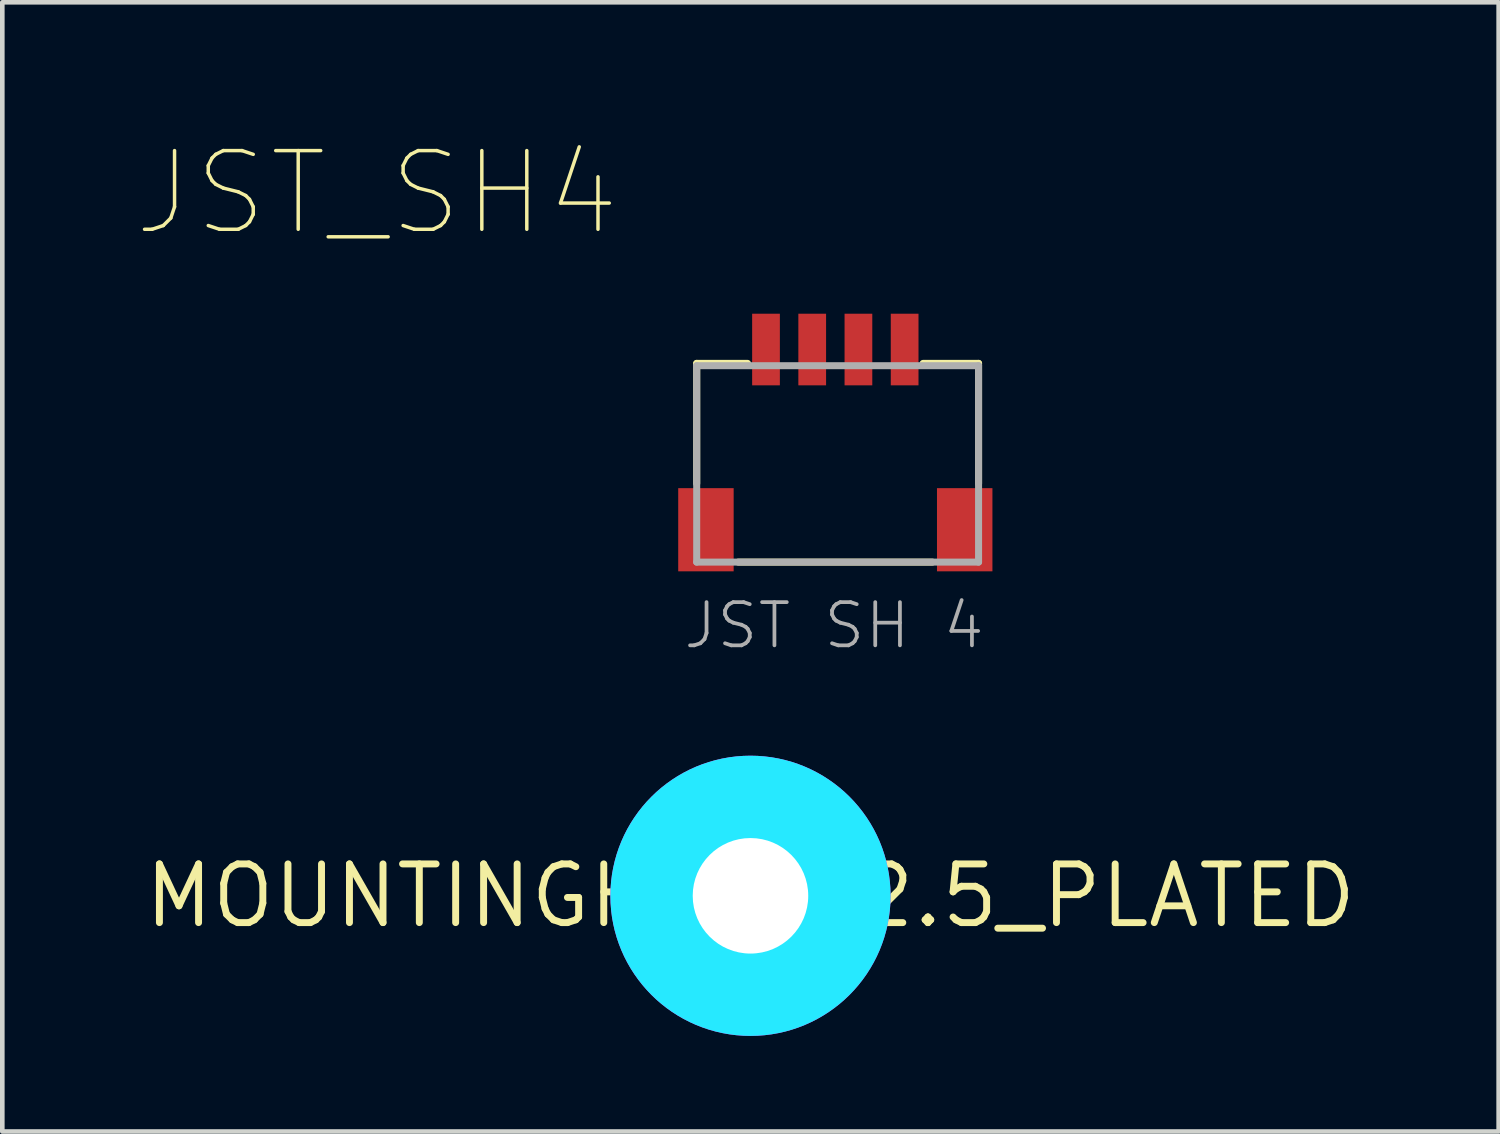
<source format=kicad_pcb>
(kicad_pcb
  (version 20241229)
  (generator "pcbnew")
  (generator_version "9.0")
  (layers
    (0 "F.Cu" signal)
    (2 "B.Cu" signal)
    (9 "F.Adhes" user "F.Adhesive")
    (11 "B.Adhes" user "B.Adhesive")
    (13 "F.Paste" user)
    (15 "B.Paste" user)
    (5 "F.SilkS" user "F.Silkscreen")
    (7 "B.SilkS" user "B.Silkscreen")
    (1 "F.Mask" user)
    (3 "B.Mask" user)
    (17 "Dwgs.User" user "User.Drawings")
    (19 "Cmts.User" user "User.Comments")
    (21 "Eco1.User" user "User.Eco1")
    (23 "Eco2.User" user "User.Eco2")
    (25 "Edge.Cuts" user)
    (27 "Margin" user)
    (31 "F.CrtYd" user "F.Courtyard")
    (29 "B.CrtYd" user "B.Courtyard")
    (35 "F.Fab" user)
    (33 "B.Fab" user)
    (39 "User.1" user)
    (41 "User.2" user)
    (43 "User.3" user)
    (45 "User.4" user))
  (footprint "MOUNTINGHOLE_2.5_PLATED"
    (layer "F.Cu")
    (at 13.191 16.336)
    (property "Reference" "MOUNTINGHOLE_2.5_PLATED" (at 0 0 0) (layer "F.SilkS") (effects (font (size 1.27 1.27) (thickness 0.15))))
    (fp_circle (center 0 0) (end 2 0) (stroke (width 0.203) (type solid)) (fill no) (layer "F.SilkS"))
    (fp_circle (center 0 0) (end 1 0) (stroke (width 2.032) (type solid)) (fill no) (layer "B.CrtYd"))
    (fp_circle (center 0 0) (end 1 0) (stroke (width 2.032) (type solid)) (fill no) (layer "F.CrtYd"))
    (pad "P$1" thru_hole circle (at 0 0) (size 3.2 3.2) (drill 2.5) (layers "*.Cu" "*.Mask"))
    (zone (net_name "") (layer "F.Cu") (hatch edge 0.5) (connect_pads) (min_thickness 0.25) (filled_areas_thickness no) (keepout (tracks not_allowed) (vias not_allowed) (pads not_allowed) (copperpour not_allowed) (footprints allowed)) (placement (enabled no)) (fill) (polygon (pts (xy 15.207 16.336) (xy 15.187 16.055) (xy 15.129 15.78) (xy 15.033 15.516) (xy 14.901 15.267) (xy 14.735 15.04) (xy 14.54 14.837) (xy 14.318 14.664) (xy 14.075 14.524) (xy 13.814 14.418) (xy 13.541 14.35) (xy 13.261 14.321) (xy 12.98 14.331) (xy 12.703 14.379) (xy 12.436 14.466) (xy 12.183 14.59) (xy 11.95 14.747) (xy 11.741 14.935) (xy 11.56 15.151) (xy 11.411 15.389) (xy 11.297 15.646) (xy 11.219 15.916) (xy 11.18 16.195) (xy 11.18 16.476) (xy 11.219 16.755) (xy 11.297 17.025) (xy 11.411 17.282) (xy 11.56 17.521) (xy 11.741 17.736) (xy 11.95 17.924) (xy 12.183 18.081) (xy 12.436 18.205) (xy 12.703 18.292) (xy 12.98 18.341) (xy 13.261 18.35) (xy 13.541 18.321) (xy 13.814 18.253) (xy 14.075 18.148) (xy 14.318 18.007) (xy 14.54 17.834) (xy 14.735 17.631) (xy 14.901 17.404) (xy 15.033 17.156) (xy 15.129 16.891) (xy 15.187 16.616))) (polygon (pts (xy 13.175 16.336) (xy 13.18 16.347) (xy 13.191 16.352) (xy 13.202 16.347) (xy 13.207 16.336) (xy 13.202 16.324) (xy 13.191 16.32) (xy 13.18 16.324))))
    (zone (net_name "") (layer "B.Cu") (hatch edge 0.5) (connect_pads) (min_thickness 0.25) (filled_areas_thickness no) (keepout (tracks not_allowed) (vias not_allowed) (pads not_allowed) (copperpour not_allowed) (footprints allowed)) (placement (enabled no)) (fill) (polygon (pts (xy 15.207 16.336) (xy 15.187 16.055) (xy 15.129 15.78) (xy 15.033 15.516) (xy 14.901 15.267) (xy 14.735 15.04) (xy 14.54 14.837) (xy 14.318 14.664) (xy 14.075 14.524) (xy 13.814 14.418) (xy 13.541 14.35) (xy 13.261 14.321) (xy 12.98 14.331) (xy 12.703 14.379) (xy 12.436 14.466) (xy 12.183 14.59) (xy 11.95 14.747) (xy 11.741 14.935) (xy 11.56 15.151) (xy 11.411 15.389) (xy 11.297 15.646) (xy 11.219 15.916) (xy 11.18 16.195) (xy 11.18 16.476) (xy 11.219 16.755) (xy 11.297 17.025) (xy 11.411 17.282) (xy 11.56 17.521) (xy 11.741 17.736) (xy 11.95 17.924) (xy 12.183 18.081) (xy 12.436 18.205) (xy 12.703 18.292) (xy 12.98 18.341) (xy 13.261 18.35) (xy 13.541 18.321) (xy 13.814 18.253) (xy 14.075 18.148) (xy 14.318 18.007) (xy 14.54 17.834) (xy 14.735 17.631) (xy 14.901 17.404) (xy 15.033 17.156) (xy 15.129 16.891) (xy 15.187 16.616))) (polygon (pts (xy 13.175 16.336) (xy 13.18 16.347) (xy 13.191 16.352) (xy 13.202 16.347) (xy 13.207 16.336) (xy 13.202 16.324) (xy 13.191 16.32) (xy 13.18 16.324)))))
  (footprint "JST_SH4"
    (layer "F.Cu")
    (at 15.027 7.028)
    (property "Reference" "JST_SH4" (at -4.6 -5.9 180) (layer "F.SilkS") (effects (font (size 1.703 1.703) (thickness 0.075)) (justify right)))
    (fp_line (start -3 -2.214) (end -1.9 -2.214) (stroke (width 0.152) (type solid)) (layer "F.SilkS"))
    (fp_line (start -3 0.386) (end -3 -2.214) (stroke (width 0.152) (type solid)) (layer "F.SilkS"))
    (fp_line (start -2.1 2.086) (end 2.1 2.086) (stroke (width 0.152) (type solid)) (layer "F.SilkS"))
    (fp_line (start 1.9 -2.214) (end 3.1 -2.214) (stroke (width 0.152) (type solid)) (layer "F.SilkS"))
    (fp_line (start 3.1 -2.214) (end 3.1 0.386) (stroke (width 0.152) (type solid)) (layer "F.SilkS"))
    (fp_line (start -3 -2.164) (end 3.1 -2.164) (stroke (width 0.152) (type solid)) (layer "F.Fab"))
    (fp_line (start -3 2.086) (end -3 -2.164) (stroke (width 0.152) (type solid)) (layer "F.Fab"))
    (fp_line (start 3.1 -2.164) (end 3.1 2.086) (stroke (width 0.152) (type solid)) (layer "F.Fab"))
    (fp_line (start 3.1 2.086) (end -3 2.086) (stroke (width 0.152) (type solid)) (layer "F.Fab"))
    (fp_text user "JST SH 4" (at -3.33 4.006 0) (layer "F.Fab") (effects (font (size 0.935 0.935) (thickness 0.081)) (justify left bottom)))
    (pad "1" smd rect (at -1.5 -2.514 90) (size 1.55 0.6) (layers "F.Cu" "F.Mask" "F.Paste"))
    (pad "2" smd rect (at -0.5 -2.514 90) (size 1.55 0.6) (layers "F.Cu" "F.Mask" "F.Paste"))
    (pad "3" smd rect (at 0.5 -2.514 90) (size 1.55 0.6) (layers "F.Cu" "F.Mask" "F.Paste"))
    (pad "4" smd rect (at 1.5 -2.514 90) (size 1.55 0.6) (layers "F.Cu" "F.Mask" "F.Paste"))
    (pad "MT1" smd rect (at -2.8 1.386 90) (size 1.8 1.2) (layers "F.Cu" "F.Mask" "F.Paste"))
    (pad "MT2" smd rect (at 2.8 1.386 90) (size 1.8 1.2) (layers "F.Cu" "F.Mask" "F.Paste")))
  (gr_rect
    (start -3 -3)
    (end 29.382 21.437)
    (stroke (width 0.1) (type default))
    (fill no)
    (layer "Edge.Cuts")))
</source>
